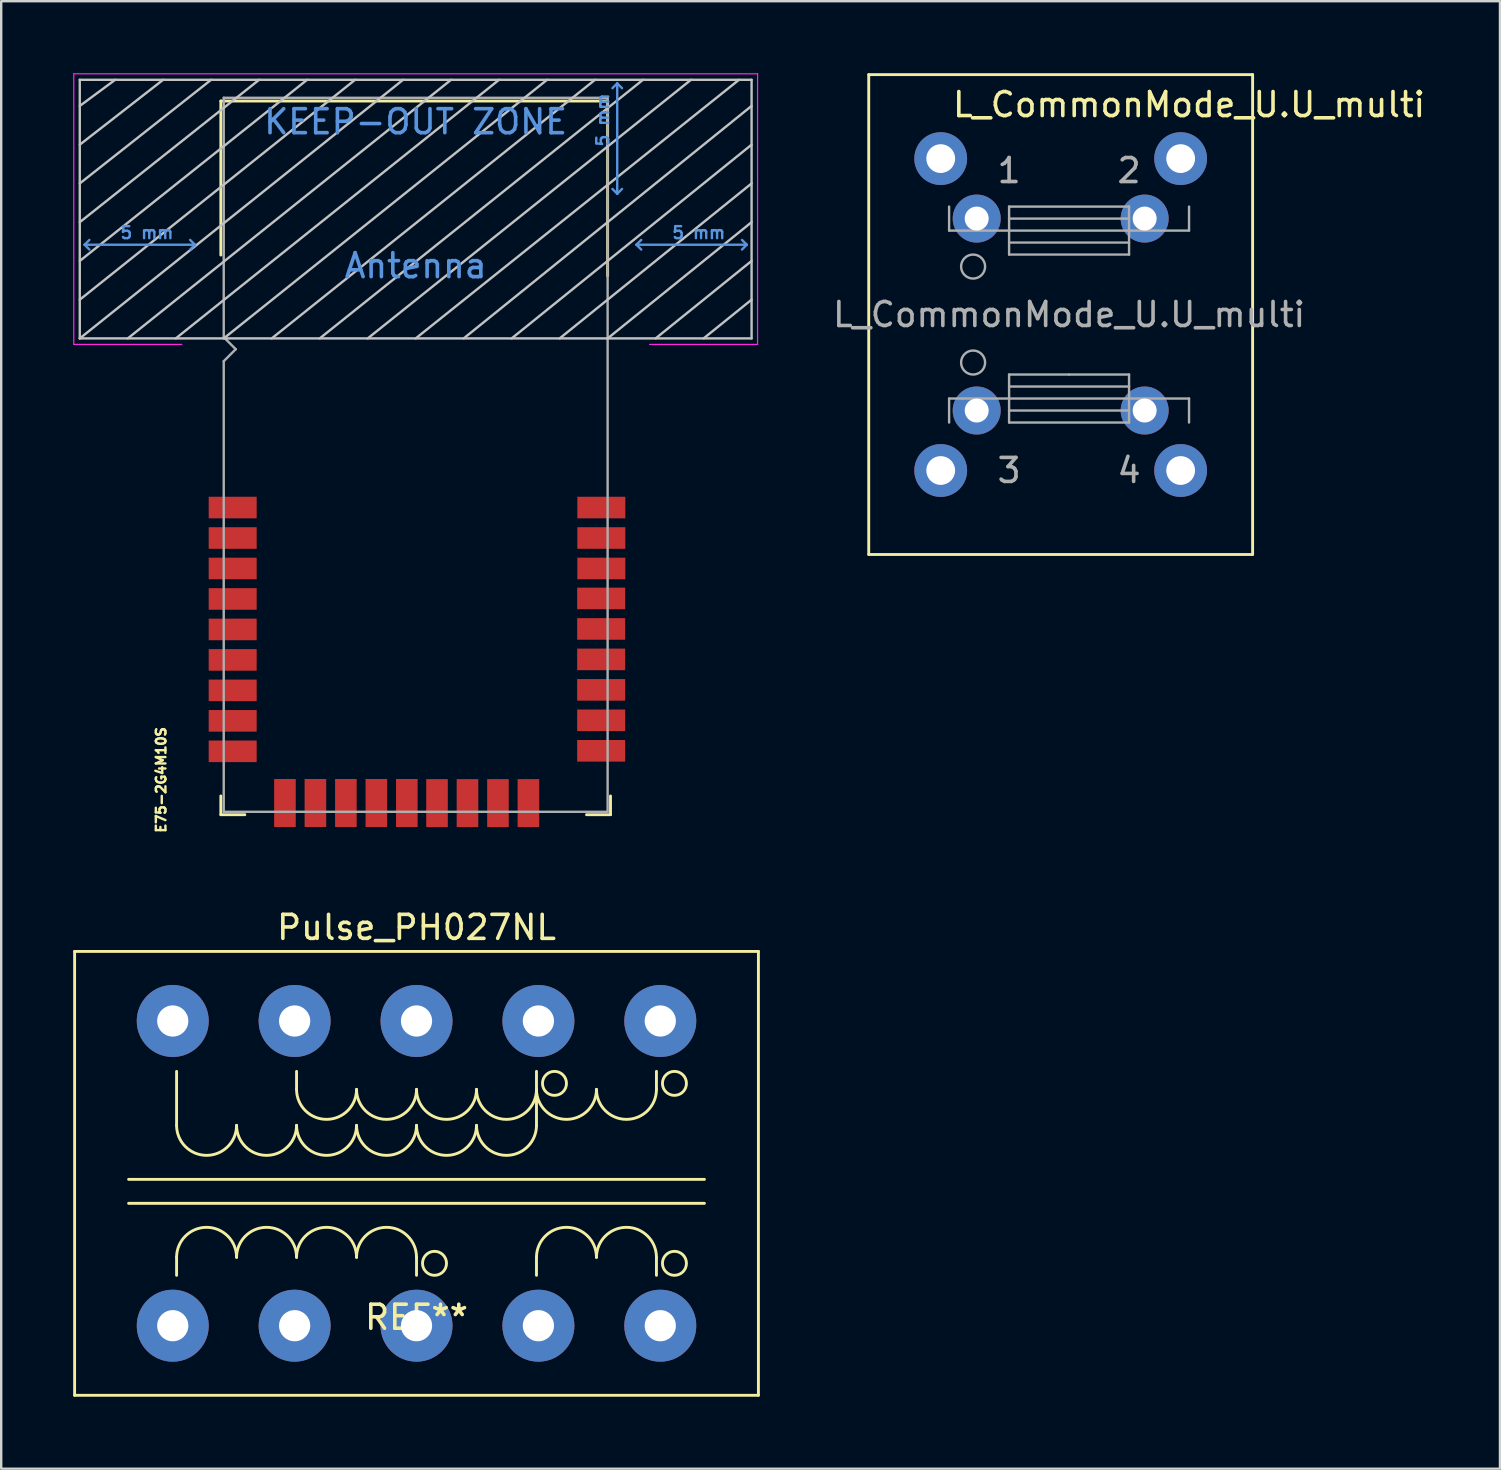
<source format=kicad_pcb>
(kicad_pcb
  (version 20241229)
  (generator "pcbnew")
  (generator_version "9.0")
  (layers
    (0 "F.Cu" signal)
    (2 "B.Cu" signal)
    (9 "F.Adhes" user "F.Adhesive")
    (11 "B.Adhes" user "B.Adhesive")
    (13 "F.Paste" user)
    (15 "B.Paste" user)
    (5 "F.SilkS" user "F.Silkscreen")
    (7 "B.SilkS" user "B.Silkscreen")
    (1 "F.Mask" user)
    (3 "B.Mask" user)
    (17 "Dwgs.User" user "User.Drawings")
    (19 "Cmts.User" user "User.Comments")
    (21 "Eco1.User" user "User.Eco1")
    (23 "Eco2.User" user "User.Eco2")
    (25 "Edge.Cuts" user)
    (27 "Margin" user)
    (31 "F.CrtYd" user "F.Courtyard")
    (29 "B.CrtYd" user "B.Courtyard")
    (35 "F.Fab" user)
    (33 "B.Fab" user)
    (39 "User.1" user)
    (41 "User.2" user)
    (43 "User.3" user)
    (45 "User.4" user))
  (footprint "Pulse_PH027NL"
    (layer "F.Cu")
    (at 14.31 45.854)
    (property "Reference" "Pulse_PH027NL" (at 0 -10.25 0) (layer "F.SilkS") (effects (font (size 1 1) (thickness 0.15))))
    (attr through_hole)
    (fp_line (start -14.25 -9.25) (end 14.25 -9.25) (stroke (width 0.12) (type solid)) (layer "F.SilkS"))
    (fp_line (start -14.25 9.25) (end -14.25 -9.25) (stroke (width 0.12) (type solid)) (layer "F.SilkS"))
    (fp_line (start -12 0.25) (end 12 0.25) (stroke (width 0.12) (type solid)) (layer "F.SilkS"))
    (fp_line (start -12 1.25) (end 12 1.25) (stroke (width 0.12) (type solid)) (layer "F.SilkS"))
    (fp_line (start -10 -2) (end -10 -4.25) (stroke (width 0.12) (type solid)) (layer "F.SilkS"))
    (fp_line (start -10 4.25) (end -10 3.5) (stroke (width 0.12) (type solid)) (layer "F.SilkS"))
    (fp_line (start -5 -3.5) (end -5 -4.25) (stroke (width 0.12) (type solid)) (layer "F.SilkS"))
    (fp_line (start 0 3.5) (end 0 4.25) (stroke (width 0.12) (type solid)) (layer "F.SilkS"))
    (fp_line (start 5 -4.25) (end 5 -2) (stroke (width 0.12) (type solid)) (layer "F.SilkS"))
    (fp_line (start 5 3.5) (end 5 4.25) (stroke (width 0.12) (type solid)) (layer "F.SilkS"))
    (fp_line (start 10 -4.25) (end 10 -3.5) (stroke (width 0.12) (type solid)) (layer "F.SilkS"))
    (fp_line (start 10 3.5) (end 10 4.25) (stroke (width 0.12) (type solid)) (layer "F.SilkS"))
    (fp_line (start 14.25 -9.25) (end 14.25 9.25) (stroke (width 0.12) (type solid)) (layer "F.SilkS"))
    (fp_line (start 14.25 9.25) (end -14.25 9.25) (stroke (width 0.12) (type solid)) (layer "F.SilkS"))
    (fp_arc (start -10 3.5) (mid -8.75 2.25) (end -7.5 3.5) (stroke (width 0.12) (type solid)) (layer "F.SilkS"))
    (fp_arc (start -7.5 -2) (mid -8.75 -0.75) (end -10 -2) (stroke (width 0.12) (type solid)) (layer "F.SilkS"))
    (fp_arc (start -7.5 3.5) (mid -6.25 2.25) (end -5 3.5) (stroke (width 0.12) (type solid)) (layer "F.SilkS"))
    (fp_arc (start -5 -2) (mid -6.25 -0.75) (end -7.5 -2) (stroke (width 0.12) (type solid)) (layer "F.SilkS"))
    (fp_arc (start -5 3.5) (mid -3.75 2.25) (end -2.5 3.5) (stroke (width 0.12) (type solid)) (layer "F.SilkS"))
    (fp_arc (start -2.5 -3.5) (mid -3.75 -2.25) (end -5 -3.5) (stroke (width 0.12) (type solid)) (layer "F.SilkS"))
    (fp_arc (start -2.5 -2) (mid -3.75 -0.75) (end -5 -2) (stroke (width 0.12) (type solid)) (layer "F.SilkS"))
    (fp_arc (start -2.5 3.5) (mid -1.25 2.25) (end 0 3.5) (stroke (width 0.12) (type solid)) (layer "F.SilkS"))
    (fp_arc (start 0 -3.5) (mid -1.25 -2.25) (end -2.5 -3.5) (stroke (width 0.12) (type solid)) (layer "F.SilkS"))
    (fp_arc (start 0 -2) (mid -1.25 -0.75) (end -2.5 -2) (stroke (width 0.12) (type solid)) (layer "F.SilkS"))
    (fp_arc (start 2.5 -3.5) (mid 1.25 -2.25) (end 0 -3.5) (stroke (width 0.12) (type solid)) (layer "F.SilkS"))
    (fp_arc (start 2.5 -2) (mid 1.25 -0.75) (end 0 -2) (stroke (width 0.12) (type solid)) (layer "F.SilkS"))
    (fp_arc (start 5 -3.5) (mid 3.75 -2.25) (end 2.5 -3.5) (stroke (width 0.12) (type solid)) (layer "F.SilkS"))
    (fp_arc (start 5 -2) (mid 3.75 -0.75) (end 2.5 -2) (stroke (width 0.12) (type solid)) (layer "F.SilkS"))
    (fp_arc (start 5 3.5) (mid 6.25 2.25) (end 7.5 3.5) (stroke (width 0.12) (type solid)) (layer "F.SilkS"))
    (fp_arc (start 7.5 -3.5) (mid 6.25 -2.25) (end 5 -3.5) (stroke (width 0.12) (type solid)) (layer "F.SilkS"))
    (fp_arc (start 7.5 3.5) (mid 8.75 2.25) (end 10 3.5) (stroke (width 0.12) (type solid)) (layer "F.SilkS"))
    (fp_arc (start 10 -3.5) (mid 8.75 -2.25) (end 7.5 -3.5) (stroke (width 0.12) (type solid)) (layer "F.SilkS"))
    (fp_circle (center 0.75 3.75) (end 1.25 3.75) (stroke (width 0.12) (type solid)) (fill no) (layer "F.SilkS"))
    (fp_circle (center 5.75 -3.75) (end 6.25 -3.75) (stroke (width 0.12) (type solid)) (fill no) (layer "F.SilkS"))
    (fp_circle (center 10.75 -3.75) (end 11.25 -3.75) (stroke (width 0.12) (type solid)) (fill no) (layer "F.SilkS"))
    (fp_circle (center 10.75 3.75) (end 11.25 3.75) (stroke (width 0.12) (type solid)) (fill no) (layer "F.SilkS"))
    (fp_text user "REF**" (at 0 6 0) (layer "F.SilkS") (effects (font (size 1 1) (thickness 0.15))))
    (pad "1" thru_hole circle (at -10.16 6.35) (size 3 3) (drill 1.3) (layers "*.Cu" "*.Mask"))
    (pad "2" thru_hole circle (at -5.08 6.35) (size 3 3) (drill 1.3) (layers "*.Cu" "*.Mask"))
    (pad "3" thru_hole circle (at 0 6.35) (size 3 3) (drill 1.3) (layers "*.Cu" "*.Mask"))
    (pad "4" thru_hole circle (at 5.08 6.35) (size 3 3) (drill 1.3) (layers "*.Cu" "*.Mask"))
    (pad "5" thru_hole circle (at 10.16 6.35) (size 3 3) (drill 1.3) (layers "*.Cu" "*.Mask"))
    (pad "6" thru_hole circle (at 10.16 -6.35) (size 3 3) (drill 1.3) (layers "*.Cu" "*.Mask"))
    (pad "7" thru_hole circle (at 5.08 -6.35) (size 3 3) (drill 1.3) (layers "*.Cu" "*.Mask"))
    (pad "8" thru_hole circle (at 0 -6.35) (size 3 3) (drill 1.3) (layers "*.Cu" "*.Mask"))
    (pad "9" thru_hole circle (at -5.08 -6.35) (size 3 3) (drill 1.3) (layers "*.Cu" "*.Mask"))
    (pad "10" thru_hole circle (at -10.16 -6.35) (size 3 3) (drill 1.3) (layers "*.Cu" "*.Mask")))
  (footprint "E75-2G4M10S"
    (layer "F.Cu")
    (at 14.275 21.025)
    (property "Reference" "E75-2G4M10S" (at -10.61 8.43 270) (layer "F.SilkS") (effects (font (size 0.4 0.4) (thickness 0.1))))
    (attr smd)
    (fp_line (start -8.12 -19.865) (end -8.12 -13.445) (stroke (width 0.12) (type solid)) (layer "F.SilkS"))
    (fp_line (start -8.12 -19.865) (end 8 -19.865) (stroke (width 0.12) (type solid)) (layer "F.SilkS"))
    (fp_line (start -8.12 9.1) (end -8.12 9.88) (stroke (width 0.12) (type solid)) (layer "F.SilkS"))
    (fp_line (start -8.12 9.88) (end -7.12 9.88) (stroke (width 0.12) (type solid)) (layer "F.SilkS"))
    (fp_line (start 8 -19.865) (end 8 -12.58) (stroke (width 0.12) (type solid)) (layer "F.SilkS"))
    (fp_line (start 8.12 9.1) (end 8.12 9.88) (stroke (width 0.12) (type solid)) (layer "F.SilkS"))
    (fp_line (start 8.12 9.88) (end 7.12 9.88) (stroke (width 0.12) (type solid)) (layer "F.SilkS"))
    (fp_line (start -14 -9.97) (end -14 -20.75) (stroke (width 0.1) (type solid)) (layer "Dwgs.User"))
    (fp_line (start -12.525 -20.75) (end -14 -19.66) (stroke (width 0.1) (type solid)) (layer "Dwgs.User"))
    (fp_line (start -10.525 -20.75) (end -14 -18.045) (stroke (width 0.1) (type solid)) (layer "Dwgs.User"))
    (fp_line (start -8.525 -20.75) (end -14 -16.43) (stroke (width 0.1) (type solid)) (layer "Dwgs.User"))
    (fp_line (start -8 -9.97) (end 5.475 -20.75) (stroke (width 0.1) (type solid)) (layer "Dwgs.User"))
    (fp_line (start -6.525 -20.75) (end -14 -14.815) (stroke (width 0.1) (type solid)) (layer "Dwgs.User"))
    (fp_line (start -4.525 -20.75) (end -14 -13.2) (stroke (width 0.1) (type solid)) (layer "Dwgs.User"))
    (fp_line (start -2.525 -20.75) (end -14 -11.585) (stroke (width 0.1) (type solid)) (layer "Dwgs.User"))
    (fp_line (start -0.525 -20.75) (end -14 -9.97) (stroke (width 0.1) (type solid)) (layer "Dwgs.User"))
    (fp_line (start 1.475 -20.75) (end -12 -9.97) (stroke (width 0.1) (type solid)) (layer "Dwgs.User"))
    (fp_line (start 3.475 -20.75) (end -10 -9.97) (stroke (width 0.1) (type solid)) (layer "Dwgs.User"))
    (fp_line (start 7.475 -20.75) (end -6 -9.97) (stroke (width 0.1) (type solid)) (layer "Dwgs.User"))
    (fp_line (start 9.475 -20.75) (end -4 -9.97) (stroke (width 0.1) (type solid)) (layer "Dwgs.User"))
    (fp_line (start 11.475 -20.75) (end -2 -9.97) (stroke (width 0.1) (type solid)) (layer "Dwgs.User"))
    (fp_line (start 13.475 -20.75) (end 0 -9.97) (stroke (width 0.1) (type solid)) (layer "Dwgs.User"))
    (fp_line (start 14 -20.75) (end -14 -20.75) (stroke (width 0.1) (type solid)) (layer "Dwgs.User"))
    (fp_line (start 14 -19.66) (end 2 -9.97) (stroke (width 0.1) (type solid)) (layer "Dwgs.User"))
    (fp_line (start 14 -18.045) (end 4 -9.97) (stroke (width 0.1) (type solid)) (layer "Dwgs.User"))
    (fp_line (start 14 -16.43) (end 6 -9.97) (stroke (width 0.1) (type solid)) (layer "Dwgs.User"))
    (fp_line (start 14 -14.815) (end 8 -9.97) (stroke (width 0.1) (type solid)) (layer "Dwgs.User"))
    (fp_line (start 14 -13.2) (end 10 -9.97) (stroke (width 0.1) (type solid)) (layer "Dwgs.User"))
    (fp_line (start 14 -11.585) (end 12 -9.97) (stroke (width 0.1) (type solid)) (layer "Dwgs.User"))
    (fp_line (start 14 -9.97) (end -14 -9.97) (stroke (width 0.1) (type solid)) (layer "Dwgs.User"))
    (fp_line (start 14 -9.97) (end 14 -20.75) (stroke (width 0.1) (type solid)) (layer "Dwgs.User"))
    (fp_line (start -13.8 -13.875) (end -13.6 -14.075) (stroke (width 0.1) (type solid)) (layer "Cmts.User"))
    (fp_line (start -13.8 -13.875) (end -13.6 -13.675) (stroke (width 0.1) (type solid)) (layer "Cmts.User"))
    (fp_line (start -13.8 -13.875) (end -9.2 -13.875) (stroke (width 0.1) (type solid)) (layer "Cmts.User"))
    (fp_line (start -9.2 -13.875) (end -9.4 -14.075) (stroke (width 0.1) (type solid)) (layer "Cmts.User"))
    (fp_line (start -9.2 -13.875) (end -9.4 -13.675) (stroke (width 0.1) (type solid)) (layer "Cmts.User"))
    (fp_line (start 8.4 -20.6) (end 8.2 -20.4) (stroke (width 0.1) (type solid)) (layer "Cmts.User"))
    (fp_line (start 8.4 -20.6) (end 8.6 -20.4) (stroke (width 0.1) (type solid)) (layer "Cmts.User"))
    (fp_line (start 8.4 -16) (end 8.2 -16.2) (stroke (width 0.1) (type solid)) (layer "Cmts.User"))
    (fp_line (start 8.4 -16) (end 8.4 -20.6) (stroke (width 0.1) (type solid)) (layer "Cmts.User"))
    (fp_line (start 8.4 -16) (end 8.6 -16.2) (stroke (width 0.1) (type solid)) (layer "Cmts.User"))
    (fp_line (start 9.2 -13.875) (end 9.4 -14.075) (stroke (width 0.1) (type solid)) (layer "Cmts.User"))
    (fp_line (start 9.2 -13.875) (end 9.4 -13.675) (stroke (width 0.1) (type solid)) (layer "Cmts.User"))
    (fp_line (start 9.2 -13.875) (end 13.8 -13.875) (stroke (width 0.1) (type solid)) (layer "Cmts.User"))
    (fp_line (start 13.8 -13.875) (end 13.6 -14.075) (stroke (width 0.1) (type solid)) (layer "Cmts.User"))
    (fp_line (start 13.8 -13.875) (end 13.6 -13.675) (stroke (width 0.1) (type solid)) (layer "Cmts.User"))
    (fp_line (start -14.25 -21) (end -14.25 -9.72) (stroke (width 0.05) (type solid)) (layer "F.CrtYd"))
    (fp_line (start -14.25 -21) (end 14.25 -21) (stroke (width 0.05) (type solid)) (layer "F.CrtYd"))
    (fp_line (start -14.25 -9.72) (end -9.75 -9.72) (stroke (width 0.05) (type solid)) (layer "F.CrtYd"))
    (fp_line (start 9.75 -9.72) (end 14.25 -9.72) (stroke (width 0.05) (type solid)) (layer "F.CrtYd"))
    (fp_line (start 14.25 -21) (end 14.25 -9.72) (stroke (width 0.05) (type solid)) (layer "F.CrtYd"))
    (fp_line (start -8 -20) (end -8 -10.02) (stroke (width 0.1) (type solid)) (layer "F.Fab"))
    (fp_line (start -8 -20) (end 8 -20) (stroke (width 0.1) (type solid)) (layer "F.Fab"))
    (fp_line (start -8 -9.02) (end -8 9.76) (stroke (width 0.1) (type solid)) (layer "F.Fab"))
    (fp_line (start -8 -9.02) (end -7.5 -9.52) (stroke (width 0.1) (type solid)) (layer "F.Fab"))
    (fp_line (start -8 9.76) (end 8 9.76) (stroke (width 0.1) (type solid)) (layer "F.Fab"))
    (fp_line (start -7.5 -9.52) (end -8 -10.02) (stroke (width 0.1) (type solid)) (layer "F.Fab"))
    (fp_line (start 8 9.76) (end 8 -20) (stroke (width 0.1) (type solid)) (layer "F.Fab"))
    (fp_text user "5 mm" (at 11.8 -14.375 0) (layer "Cmts.User") (effects (font (size 0.5 0.5) (thickness 0.1))))
    (fp_text user "5 mm" (at 7.8 -19.075 270) (layer "Cmts.User") (effects (font (size 0.5 0.5) (thickness 0.1))))
    (fp_text user "Antenna" (at 0 -13 0) (layer "Cmts.User") (effects (font (size 1 1) (thickness 0.15))))
    (fp_text user "5 mm" (at -11.2 -14.375 0) (layer "Cmts.User") (effects (font (size 0.5 0.5) (thickness 0.1))))
    (fp_text user "KEEP-OUT ZONE" (at 0 -19 0) (layer "Cmts.User") (effects (font (size 1 1) (thickness 0.15))))
    (pad "1" smd rect (at -7.627 -2.921) (size 2 0.9) (layers "F.Cu" "F.Mask" "F.Paste"))
    (pad "2" smd rect (at -7.627 -1.651) (size 2 0.9) (layers "F.Cu" "F.Mask" "F.Paste"))
    (pad "3" smd rect (at -7.627 -0.381) (size 2 0.9) (layers "F.Cu" "F.Mask" "F.Paste"))
    (pad "4" smd rect (at -7.627 0.889) (size 2 0.9) (layers "F.Cu" "F.Mask" "F.Paste"))
    (pad "5" smd rect (at -7.627 2.159) (size 2 0.9) (layers "F.Cu" "F.Mask" "F.Paste"))
    (pad "6" smd rect (at -7.627 3.429) (size 2 0.9) (layers "F.Cu" "F.Mask" "F.Paste"))
    (pad "7" smd rect (at -7.627 4.699) (size 2 0.9) (layers "F.Cu" "F.Mask" "F.Paste"))
    (pad "8" smd rect (at -7.627 5.969) (size 2 0.9) (layers "F.Cu" "F.Mask" "F.Paste"))
    (pad "9" smd rect (at -7.627 7.239) (size 2 0.9) (layers "F.Cu" "F.Mask" "F.Paste"))
    (pad "10" smd rect (at -5.449 9.393 90) (size 2 0.9) (layers "F.Cu" "F.Mask" "F.Paste"))
    (pad "11" smd rect (at -4.179 9.393 90) (size 2 0.9) (layers "F.Cu" "F.Mask" "F.Paste"))
    (pad "12" smd rect (at -2.909 9.393 90) (size 2 0.9) (layers "F.Cu" "F.Mask" "F.Paste"))
    (pad "13" smd rect (at -1.639 9.393 90) (size 2 0.9) (layers "F.Cu" "F.Mask" "F.Paste"))
    (pad "14" smd rect (at -0.369 9.393 90) (size 2 0.9) (layers "F.Cu" "F.Mask" "F.Paste"))
    (pad "15" smd rect (at 0.889 9.398 90) (size 2 0.9) (layers "F.Cu" "F.Mask" "F.Paste"))
    (pad "16" smd rect (at 2.159 9.398 90) (size 2 0.9) (layers "F.Cu" "F.Mask" "F.Paste"))
    (pad "17" smd rect (at 3.429 9.398 90) (size 2 0.9) (layers "F.Cu" "F.Mask" "F.Paste"))
    (pad "18" smd rect (at 4.699 9.398 90) (size 2 0.9) (layers "F.Cu" "F.Mask" "F.Paste"))
    (pad "19" smd rect (at 7.731 7.218 180) (size 2 0.9) (layers "F.Cu" "F.Mask" "F.Paste"))
    (pad "20" smd rect (at 7.731 5.947 180) (size 2 0.9) (layers "F.Cu" "F.Mask" "F.Paste"))
    (pad "21" smd rect (at 7.731 4.678 180) (size 2 0.9) (layers "F.Cu" "F.Mask" "F.Paste"))
    (pad "22" smd rect (at 7.731 3.408 180) (size 2 0.9) (layers "F.Cu" "F.Mask" "F.Paste"))
    (pad "23" smd rect (at 7.731 2.138 180) (size 2 0.9) (layers "F.Cu" "F.Mask" "F.Paste"))
    (pad "24" smd rect (at 7.731 0.868 180) (size 2 0.9) (layers "F.Cu" "F.Mask" "F.Paste"))
    (pad "25" smd rect (at 7.738 -0.381) (size 2 0.9) (layers "F.Cu" "F.Mask" "F.Paste"))
    (pad "26" smd rect (at 7.738 -1.651) (size 2 0.9) (layers "F.Cu" "F.Mask" "F.Paste"))
    (pad "27" smd rect (at 7.738 -2.921) (size 2 0.9) (layers "F.Cu" "F.Mask" "F.Paste")))
  (footprint "L_CommonMode_U.U_multi"
    (layer "F.Cu")
    (at 41.158 10.06)
    (property "Reference" "L_CommonMode_U.U_multi" (at 5.35 -8.75 0) (layer "F.SilkS") (effects (font (size 1 1) (thickness 0.15))))
    (attr through_hole)
    (fp_line (start -8 -10) (end 8 -10) (stroke (width 0.12) (type solid)) (layer "F.SilkS"))
    (fp_line (start -8 10) (end -8 -10) (stroke (width 0.12) (type solid)) (layer "F.SilkS"))
    (fp_line (start 8 -10) (end 8 10) (stroke (width 0.12) (type solid)) (layer "F.SilkS"))
    (fp_line (start 8 10) (end -8 10) (stroke (width 0.12) (type solid)) (layer "F.SilkS"))
    (fp_line (start -4.65 -4.5) (end -4.65 -3.5) (stroke (width 0.1) (type solid)) (layer "F.Fab"))
    (fp_line (start -4.65 -3.5) (end -2.15 -3.5) (stroke (width 0.1) (type solid)) (layer "F.Fab"))
    (fp_line (start -4.65 3.5) (end -4.65 4.5) (stroke (width 0.1) (type solid)) (layer "F.Fab"))
    (fp_line (start -2.15 -4.5) (end 2.85 -4.5) (stroke (width 0.1) (type solid)) (layer "F.Fab"))
    (fp_line (start -2.15 -3) (end 2.85 -3) (stroke (width 0.1) (type solid)) (layer "F.Fab"))
    (fp_line (start -2.15 -2.5) (end -2.15 -4.5) (stroke (width 0.1) (type solid)) (layer "F.Fab"))
    (fp_line (start -2.15 2.5) (end 0.35 2.5) (stroke (width 0.1) (type solid)) (layer "F.Fab"))
    (fp_line (start -2.15 3.5) (end -4.65 3.5) (stroke (width 0.1) (type solid)) (layer "F.Fab"))
    (fp_line (start -2.15 3.5) (end 2.85 3.5) (stroke (width 0.1) (type solid)) (layer "F.Fab"))
    (fp_line (start -2.15 4) (end 2.85 4) (stroke (width 0.1) (type solid)) (layer "F.Fab"))
    (fp_line (start -2.15 4.5) (end -2.15 2.5) (stroke (width 0.1) (type solid)) (layer "F.Fab"))
    (fp_line (start 0.35 2.5) (end 2.85 2.5) (stroke (width 0.1) (type solid)) (layer "F.Fab"))
    (fp_line (start 2.85 -4.5) (end 2.85 -2.5) (stroke (width 0.1) (type solid)) (layer "F.Fab"))
    (fp_line (start 2.85 -4) (end -2.15 -4) (stroke (width 0.1) (type solid)) (layer "F.Fab"))
    (fp_line (start 2.85 -3.5) (end -2.15 -3.5) (stroke (width 0.1) (type solid)) (layer "F.Fab"))
    (fp_line (start 2.85 -2.5) (end -2.15 -2.5) (stroke (width 0.1) (type solid)) (layer "F.Fab"))
    (fp_line (start 2.85 2.5) (end 2.85 4.5) (stroke (width 0.1) (type solid)) (layer "F.Fab"))
    (fp_line (start 2.85 3) (end -2.15 3) (stroke (width 0.1) (type solid)) (layer "F.Fab"))
    (fp_line (start 2.85 3.5) (end 5.35 3.5) (stroke (width 0.1) (type solid)) (layer "F.Fab"))
    (fp_line (start 2.85 4.5) (end -2.15 4.5) (stroke (width 0.1) (type solid)) (layer "F.Fab"))
    (fp_line (start 5.35 -4.5) (end 5.35 -3.5) (stroke (width 0.1) (type solid)) (layer "F.Fab"))
    (fp_line (start 5.35 -3.5) (end 2.85 -3.5) (stroke (width 0.1) (type solid)) (layer "F.Fab"))
    (fp_line (start 5.35 3.5) (end 5.35 4.5) (stroke (width 0.1) (type solid)) (layer "F.Fab"))
    (fp_circle (center -3.65 -2) (end -3.15 -2) (stroke (width 0.1) (type solid)) (fill no) (layer "F.Fab"))
    (fp_circle (center -3.65 2) (end -3.15 2) (stroke (width 0.1) (type solid)) (fill no) (layer "F.Fab"))
    (fp_text user "3" (at -2.15 6.5 0) (layer "F.Fab") (effects (font (size 1 1) (thickness 0.15))))
    (fp_text user "1" (at -2.15 -6 0) (layer "F.Fab") (effects (font (size 1 1) (thickness 0.15))))
    (fp_text user "${REFERENCE}" (at 0.35 0 0) (layer "F.Fab") (effects (font (size 1 1) (thickness 0.15))))
    (fp_text user "4" (at 2.85 6.5 0) (layer "F.Fab") (effects (font (size 1 1) (thickness 0.15))))
    (fp_text user "2" (at 2.85 -6 0) (layer "F.Fab") (effects (font (size 1 1) (thickness 0.15))))
    (pad "1" thru_hole circle (at -5 -6.5) (size 2.2 2.2) (drill 1.2) (layers "*.Cu" "*.Mask"))
    (pad "1" thru_hole circle (at -3.5 -4) (size 2 2) (drill 1) (layers "*.Cu" "*.Mask"))
    (pad "2" thru_hole circle (at 3.5 -4) (size 2 2) (drill 1) (layers "*.Cu" "*.Mask"))
    (pad "2" thru_hole circle (at 5 -6.5) (size 2.2 2.2) (drill 1.2) (layers "*.Cu" "*.Mask"))
    (pad "3" thru_hole circle (at -5 6.5) (size 2.2 2.2) (drill 1.2) (layers "*.Cu" "*.Mask"))
    (pad "3" thru_hole circle (at -3.5 4) (size 2 2) (drill 1) (layers "*.Cu" "*.Mask"))
    (pad "4" thru_hole circle (at 3.5 4) (size 2 2) (drill 1) (layers "*.Cu" "*.Mask"))
    (pad "4" thru_hole circle (at 5 6.5) (size 2.2 2.2) (drill 1.2) (layers "*.Cu" "*.Mask")))
  (gr_rect
    (start -3 -3)
    (end 59.467 58.164)
    (stroke (width 0.1) (type default))
    (fill no)
    (layer "Edge.Cuts")))
</source>
